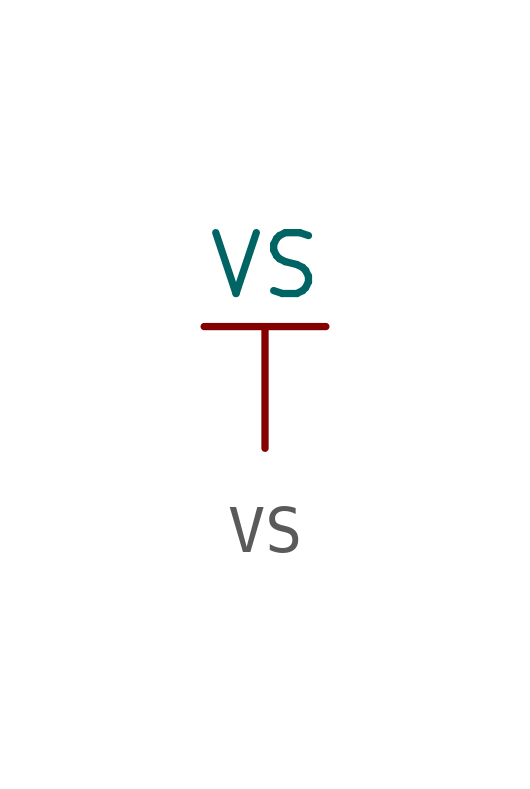
<source format=kicad_sym>
(kicad_symbol_lib
  (version 20220914)
  (generator kicad_symbol_editor)
  (symbol "VS"
    (power)
    (pin_names
      (offset 0))
    (property "Reference" "#PWR"
      (at -5.08 -3.81 0)
      (effects (font (size 1.27 1.27)) hide))
    (property "Value" "VS"
      (at 0 3.81 0)
      (effects (font (size 1.27 1.27))))
    (symbol "VS_1_1"
      (polyline (pts (xy -1.27 2.54) (xy 1.27 2.54)) (stroke (width 0) (type solid)) (fill (type none)))
      (polyline (pts (xy 0 0) (xy 0 2.54)) (stroke (width 0) (type solid)) (fill (type none)))
      (pin power_in line (at 0 0 90) (length 0) hide (name "VS" (effects (font (size 1.27 1.27)))) (number "1" (effects (font (size 1.27 1.27))))))))
</source>
